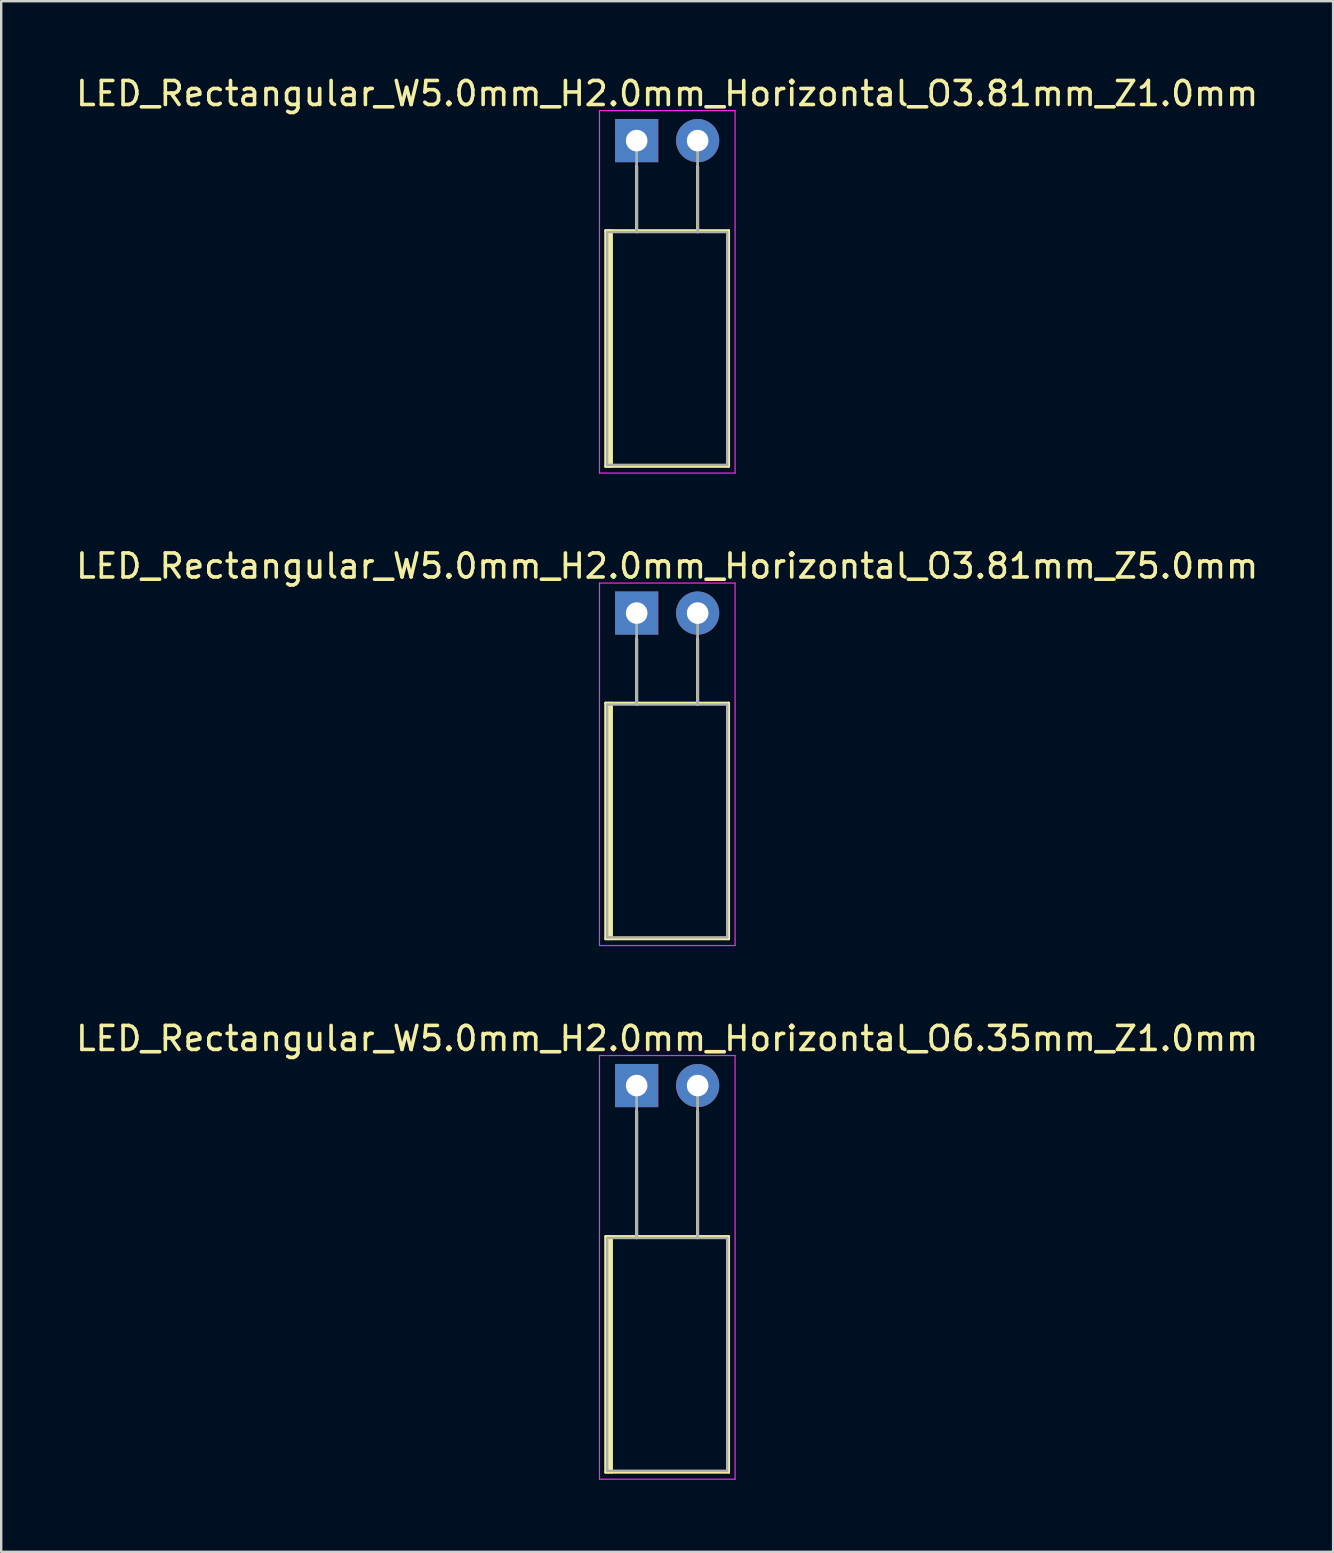
<source format=kicad_pcb>
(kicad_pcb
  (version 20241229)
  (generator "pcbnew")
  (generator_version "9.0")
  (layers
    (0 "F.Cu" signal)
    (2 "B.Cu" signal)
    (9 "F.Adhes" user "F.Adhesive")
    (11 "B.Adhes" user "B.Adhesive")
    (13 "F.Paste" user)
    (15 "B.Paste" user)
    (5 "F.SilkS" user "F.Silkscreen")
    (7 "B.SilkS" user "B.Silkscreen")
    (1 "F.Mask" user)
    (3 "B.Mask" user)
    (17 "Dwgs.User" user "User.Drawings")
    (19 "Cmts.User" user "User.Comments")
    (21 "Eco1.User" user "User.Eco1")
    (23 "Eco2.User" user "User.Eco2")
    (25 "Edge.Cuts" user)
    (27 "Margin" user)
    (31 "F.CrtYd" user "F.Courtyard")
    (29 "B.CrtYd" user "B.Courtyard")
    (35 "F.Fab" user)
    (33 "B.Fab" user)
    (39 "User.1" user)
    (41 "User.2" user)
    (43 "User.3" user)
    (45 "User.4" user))
  (footprint "LED_Rectangular_W5.0mm_H2.0mm_Horizontal_O3.81mm_Z5.0mm"
    (layer "F.Cu")
    (at 23.474 22.491)
    (property "Reference" "LED_Rectangular_W5.0mm_H2.0mm_Horizontal_O3.81mm_Z5.0mm" (at 1.27 -1.96 0) (layer "F.SilkS") (effects (font (size 1 1) (thickness 0.15))))
    (attr through_hole)
    (fp_line (start -1.29 3.75) (end -1.29 13.57) (stroke (width 0.12) (type solid)) (layer "F.SilkS"))
    (fp_line (start -1.29 13.57) (end 3.83 13.57) (stroke (width 0.12) (type solid)) (layer "F.SilkS"))
    (fp_line (start -1.17 3.75) (end -1.17 13.57) (stroke (width 0.12) (type solid)) (layer "F.SilkS"))
    (fp_line (start -1.05 3.75) (end -1.05 13.57) (stroke (width 0.12) (type solid)) (layer "F.SilkS"))
    (fp_line (start 0 1.08) (end 0 1.08) (stroke (width 0.12) (type solid)) (layer "F.SilkS"))
    (fp_line (start 0 1.08) (end 0 3.75) (stroke (width 0.12) (type solid)) (layer "F.SilkS"))
    (fp_line (start 0 3.75) (end 0 1.08) (stroke (width 0.12) (type solid)) (layer "F.SilkS"))
    (fp_line (start 0 3.75) (end 0 3.75) (stroke (width 0.12) (type solid)) (layer "F.SilkS"))
    (fp_line (start 2.54 1.08) (end 2.54 1.08) (stroke (width 0.12) (type solid)) (layer "F.SilkS"))
    (fp_line (start 2.54 1.08) (end 2.54 3.75) (stroke (width 0.12) (type solid)) (layer "F.SilkS"))
    (fp_line (start 2.54 3.75) (end 2.54 1.08) (stroke (width 0.12) (type solid)) (layer "F.SilkS"))
    (fp_line (start 2.54 3.75) (end 2.54 3.75) (stroke (width 0.12) (type solid)) (layer "F.SilkS"))
    (fp_line (start 3.83 3.75) (end -1.29 3.75) (stroke (width 0.12) (type solid)) (layer "F.SilkS"))
    (fp_line (start 3.83 13.57) (end 3.83 3.75) (stroke (width 0.12) (type solid)) (layer "F.SilkS"))
    (fp_line (start -1.55 -1.25) (end -1.55 13.85) (stroke (width 0.05) (type solid)) (layer "F.CrtYd"))
    (fp_line (start -1.55 13.85) (end 4.1 13.85) (stroke (width 0.05) (type solid)) (layer "F.CrtYd"))
    (fp_line (start 4.1 -1.25) (end -1.55 -1.25) (stroke (width 0.05) (type solid)) (layer "F.CrtYd"))
    (fp_line (start 4.1 13.85) (end 4.1 -1.25) (stroke (width 0.05) (type solid)) (layer "F.CrtYd"))
    (fp_line (start -1.23 3.81) (end -1.23 13.51) (stroke (width 0.1) (type solid)) (layer "F.Fab"))
    (fp_line (start -1.23 13.51) (end 3.77 13.51) (stroke (width 0.1) (type solid)) (layer "F.Fab"))
    (fp_line (start 0 0) (end 0 0) (stroke (width 0.1) (type solid)) (layer "F.Fab"))
    (fp_line (start 0 0) (end 0 3.81) (stroke (width 0.1) (type solid)) (layer "F.Fab"))
    (fp_line (start 0 3.81) (end 0 0) (stroke (width 0.1) (type solid)) (layer "F.Fab"))
    (fp_line (start 0 3.81) (end 0 3.81) (stroke (width 0.1) (type solid)) (layer "F.Fab"))
    (fp_line (start 2.54 0) (end 2.54 0) (stroke (width 0.1) (type solid)) (layer "F.Fab"))
    (fp_line (start 2.54 0) (end 2.54 3.81) (stroke (width 0.1) (type solid)) (layer "F.Fab"))
    (fp_line (start 2.54 3.81) (end 2.54 0) (stroke (width 0.1) (type solid)) (layer "F.Fab"))
    (fp_line (start 2.54 3.81) (end 2.54 3.81) (stroke (width 0.1) (type solid)) (layer "F.Fab"))
    (fp_line (start 3.77 3.81) (end -1.23 3.81) (stroke (width 0.1) (type solid)) (layer "F.Fab"))
    (fp_line (start 3.77 13.51) (end 3.77 3.81) (stroke (width 0.1) (type solid)) (layer "F.Fab"))
    (pad "1" thru_hole rect (at 0 0) (size 1.8 1.8) (drill 0.9) (layers "*.Cu" "*.Mask"))
    (pad "2" thru_hole circle (at 2.54 0) (size 1.8 1.8) (drill 0.9) (layers "*.Cu" "*.Mask")))
  (footprint "LED_Rectangular_W5.0mm_H2.0mm_Horizontal_O6.35mm_Z1.0mm"
    (layer "F.Cu")
    (at 23.474 42.175)
    (property "Reference" "LED_Rectangular_W5.0mm_H2.0mm_Horizontal_O6.35mm_Z1.0mm" (at 1.27 -1.96 0) (layer "F.SilkS") (effects (font (size 1 1) (thickness 0.15))))
    (attr through_hole)
    (fp_line (start -1.29 6.29) (end -1.29 16.11) (stroke (width 0.12) (type solid)) (layer "F.SilkS"))
    (fp_line (start -1.29 16.11) (end 3.83 16.11) (stroke (width 0.12) (type solid)) (layer "F.SilkS"))
    (fp_line (start -1.17 6.29) (end -1.17 16.11) (stroke (width 0.12) (type solid)) (layer "F.SilkS"))
    (fp_line (start -1.05 6.29) (end -1.05 16.11) (stroke (width 0.12) (type solid)) (layer "F.SilkS"))
    (fp_line (start 0 1.08) (end 0 1.08) (stroke (width 0.12) (type solid)) (layer "F.SilkS"))
    (fp_line (start 0 1.08) (end 0 6.29) (stroke (width 0.12) (type solid)) (layer "F.SilkS"))
    (fp_line (start 0 6.29) (end 0 1.08) (stroke (width 0.12) (type solid)) (layer "F.SilkS"))
    (fp_line (start 0 6.29) (end 0 6.29) (stroke (width 0.12) (type solid)) (layer "F.SilkS"))
    (fp_line (start 2.54 1.08) (end 2.54 1.08) (stroke (width 0.12) (type solid)) (layer "F.SilkS"))
    (fp_line (start 2.54 1.08) (end 2.54 6.29) (stroke (width 0.12) (type solid)) (layer "F.SilkS"))
    (fp_line (start 2.54 6.29) (end 2.54 1.08) (stroke (width 0.12) (type solid)) (layer "F.SilkS"))
    (fp_line (start 2.54 6.29) (end 2.54 6.29) (stroke (width 0.12) (type solid)) (layer "F.SilkS"))
    (fp_line (start 3.83 6.29) (end -1.29 6.29) (stroke (width 0.12) (type solid)) (layer "F.SilkS"))
    (fp_line (start 3.83 16.11) (end 3.83 6.29) (stroke (width 0.12) (type solid)) (layer "F.SilkS"))
    (fp_line (start -1.55 -1.25) (end -1.55 16.4) (stroke (width 0.05) (type solid)) (layer "F.CrtYd"))
    (fp_line (start -1.55 16.4) (end 4.1 16.4) (stroke (width 0.05) (type solid)) (layer "F.CrtYd"))
    (fp_line (start 4.1 -1.25) (end -1.55 -1.25) (stroke (width 0.05) (type solid)) (layer "F.CrtYd"))
    (fp_line (start 4.1 16.4) (end 4.1 -1.25) (stroke (width 0.05) (type solid)) (layer "F.CrtYd"))
    (fp_line (start -1.23 6.35) (end -1.23 16.05) (stroke (width 0.1) (type solid)) (layer "F.Fab"))
    (fp_line (start -1.23 16.05) (end 3.77 16.05) (stroke (width 0.1) (type solid)) (layer "F.Fab"))
    (fp_line (start 0 0) (end 0 0) (stroke (width 0.1) (type solid)) (layer "F.Fab"))
    (fp_line (start 0 0) (end 0 6.35) (stroke (width 0.1) (type solid)) (layer "F.Fab"))
    (fp_line (start 0 6.35) (end 0 0) (stroke (width 0.1) (type solid)) (layer "F.Fab"))
    (fp_line (start 0 6.35) (end 0 6.35) (stroke (width 0.1) (type solid)) (layer "F.Fab"))
    (fp_line (start 2.54 0) (end 2.54 0) (stroke (width 0.1) (type solid)) (layer "F.Fab"))
    (fp_line (start 2.54 0) (end 2.54 6.35) (stroke (width 0.1) (type solid)) (layer "F.Fab"))
    (fp_line (start 2.54 6.35) (end 2.54 0) (stroke (width 0.1) (type solid)) (layer "F.Fab"))
    (fp_line (start 2.54 6.35) (end 2.54 6.35) (stroke (width 0.1) (type solid)) (layer "F.Fab"))
    (fp_line (start 3.77 6.35) (end -1.23 6.35) (stroke (width 0.1) (type solid)) (layer "F.Fab"))
    (fp_line (start 3.77 16.05) (end 3.77 6.35) (stroke (width 0.1) (type solid)) (layer "F.Fab"))
    (pad "1" thru_hole rect (at 0 0) (size 1.8 1.8) (drill 0.9) (layers "*.Cu" "*.Mask"))
    (pad "2" thru_hole circle (at 2.54 0) (size 1.8 1.8) (drill 0.9) (layers "*.Cu" "*.Mask")))
  (footprint "LED_Rectangular_W5.0mm_H2.0mm_Horizontal_O3.81mm_Z1.0mm"
    (layer "F.Cu")
    (at 23.474 2.808)
    (property "Reference" "LED_Rectangular_W5.0mm_H2.0mm_Horizontal_O3.81mm_Z1.0mm" (at 1.27 -1.96 0) (layer "F.SilkS") (effects (font (size 1 1) (thickness 0.15))))
    (attr through_hole)
    (fp_line (start -1.29 3.75) (end -1.29 13.57) (stroke (width 0.12) (type solid)) (layer "F.SilkS"))
    (fp_line (start -1.29 13.57) (end 3.83 13.57) (stroke (width 0.12) (type solid)) (layer "F.SilkS"))
    (fp_line (start -1.17 3.75) (end -1.17 13.57) (stroke (width 0.12) (type solid)) (layer "F.SilkS"))
    (fp_line (start -1.05 3.75) (end -1.05 13.57) (stroke (width 0.12) (type solid)) (layer "F.SilkS"))
    (fp_line (start 0 1.08) (end 0 1.08) (stroke (width 0.12) (type solid)) (layer "F.SilkS"))
    (fp_line (start 0 1.08) (end 0 3.75) (stroke (width 0.12) (type solid)) (layer "F.SilkS"))
    (fp_line (start 0 3.75) (end 0 1.08) (stroke (width 0.12) (type solid)) (layer "F.SilkS"))
    (fp_line (start 0 3.75) (end 0 3.75) (stroke (width 0.12) (type solid)) (layer "F.SilkS"))
    (fp_line (start 2.54 1.08) (end 2.54 1.08) (stroke (width 0.12) (type solid)) (layer "F.SilkS"))
    (fp_line (start 2.54 1.08) (end 2.54 3.75) (stroke (width 0.12) (type solid)) (layer "F.SilkS"))
    (fp_line (start 2.54 3.75) (end 2.54 1.08) (stroke (width 0.12) (type solid)) (layer "F.SilkS"))
    (fp_line (start 2.54 3.75) (end 2.54 3.75) (stroke (width 0.12) (type solid)) (layer "F.SilkS"))
    (fp_line (start 3.83 3.75) (end -1.29 3.75) (stroke (width 0.12) (type solid)) (layer "F.SilkS"))
    (fp_line (start 3.83 13.57) (end 3.83 3.75) (stroke (width 0.12) (type solid)) (layer "F.SilkS"))
    (fp_line (start -1.55 -1.25) (end -1.55 13.85) (stroke (width 0.05) (type solid)) (layer "F.CrtYd"))
    (fp_line (start -1.55 13.85) (end 4.1 13.85) (stroke (width 0.05) (type solid)) (layer "F.CrtYd"))
    (fp_line (start 4.1 -1.25) (end -1.55 -1.25) (stroke (width 0.05) (type solid)) (layer "F.CrtYd"))
    (fp_line (start 4.1 13.85) (end 4.1 -1.25) (stroke (width 0.05) (type solid)) (layer "F.CrtYd"))
    (fp_line (start -1.23 3.81) (end -1.23 13.51) (stroke (width 0.1) (type solid)) (layer "F.Fab"))
    (fp_line (start -1.23 13.51) (end 3.77 13.51) (stroke (width 0.1) (type solid)) (layer "F.Fab"))
    (fp_line (start 0 0) (end 0 0) (stroke (width 0.1) (type solid)) (layer "F.Fab"))
    (fp_line (start 0 0) (end 0 3.81) (stroke (width 0.1) (type solid)) (layer "F.Fab"))
    (fp_line (start 0 3.81) (end 0 0) (stroke (width 0.1) (type solid)) (layer "F.Fab"))
    (fp_line (start 0 3.81) (end 0 3.81) (stroke (width 0.1) (type solid)) (layer "F.Fab"))
    (fp_line (start 2.54 0) (end 2.54 0) (stroke (width 0.1) (type solid)) (layer "F.Fab"))
    (fp_line (start 2.54 0) (end 2.54 3.81) (stroke (width 0.1) (type solid)) (layer "F.Fab"))
    (fp_line (start 2.54 3.81) (end 2.54 0) (stroke (width 0.1) (type solid)) (layer "F.Fab"))
    (fp_line (start 2.54 3.81) (end 2.54 3.81) (stroke (width 0.1) (type solid)) (layer "F.Fab"))
    (fp_line (start 3.77 3.81) (end -1.23 3.81) (stroke (width 0.1) (type solid)) (layer "F.Fab"))
    (fp_line (start 3.77 13.51) (end 3.77 3.81) (stroke (width 0.1) (type solid)) (layer "F.Fab"))
    (pad "1" thru_hole rect (at 0 0) (size 1.8 1.8) (drill 0.9) (layers "*.Cu" "*.Mask"))
    (pad "2" thru_hole circle (at 2.54 0) (size 1.8 1.8) (drill 0.9) (layers "*.Cu" "*.Mask")))
  (gr_rect
    (start -3 -3)
    (end 52.488 61.6)
    (stroke (width 0.1) (type default))
    (fill no)
    (layer "Edge.Cuts")))
</source>
